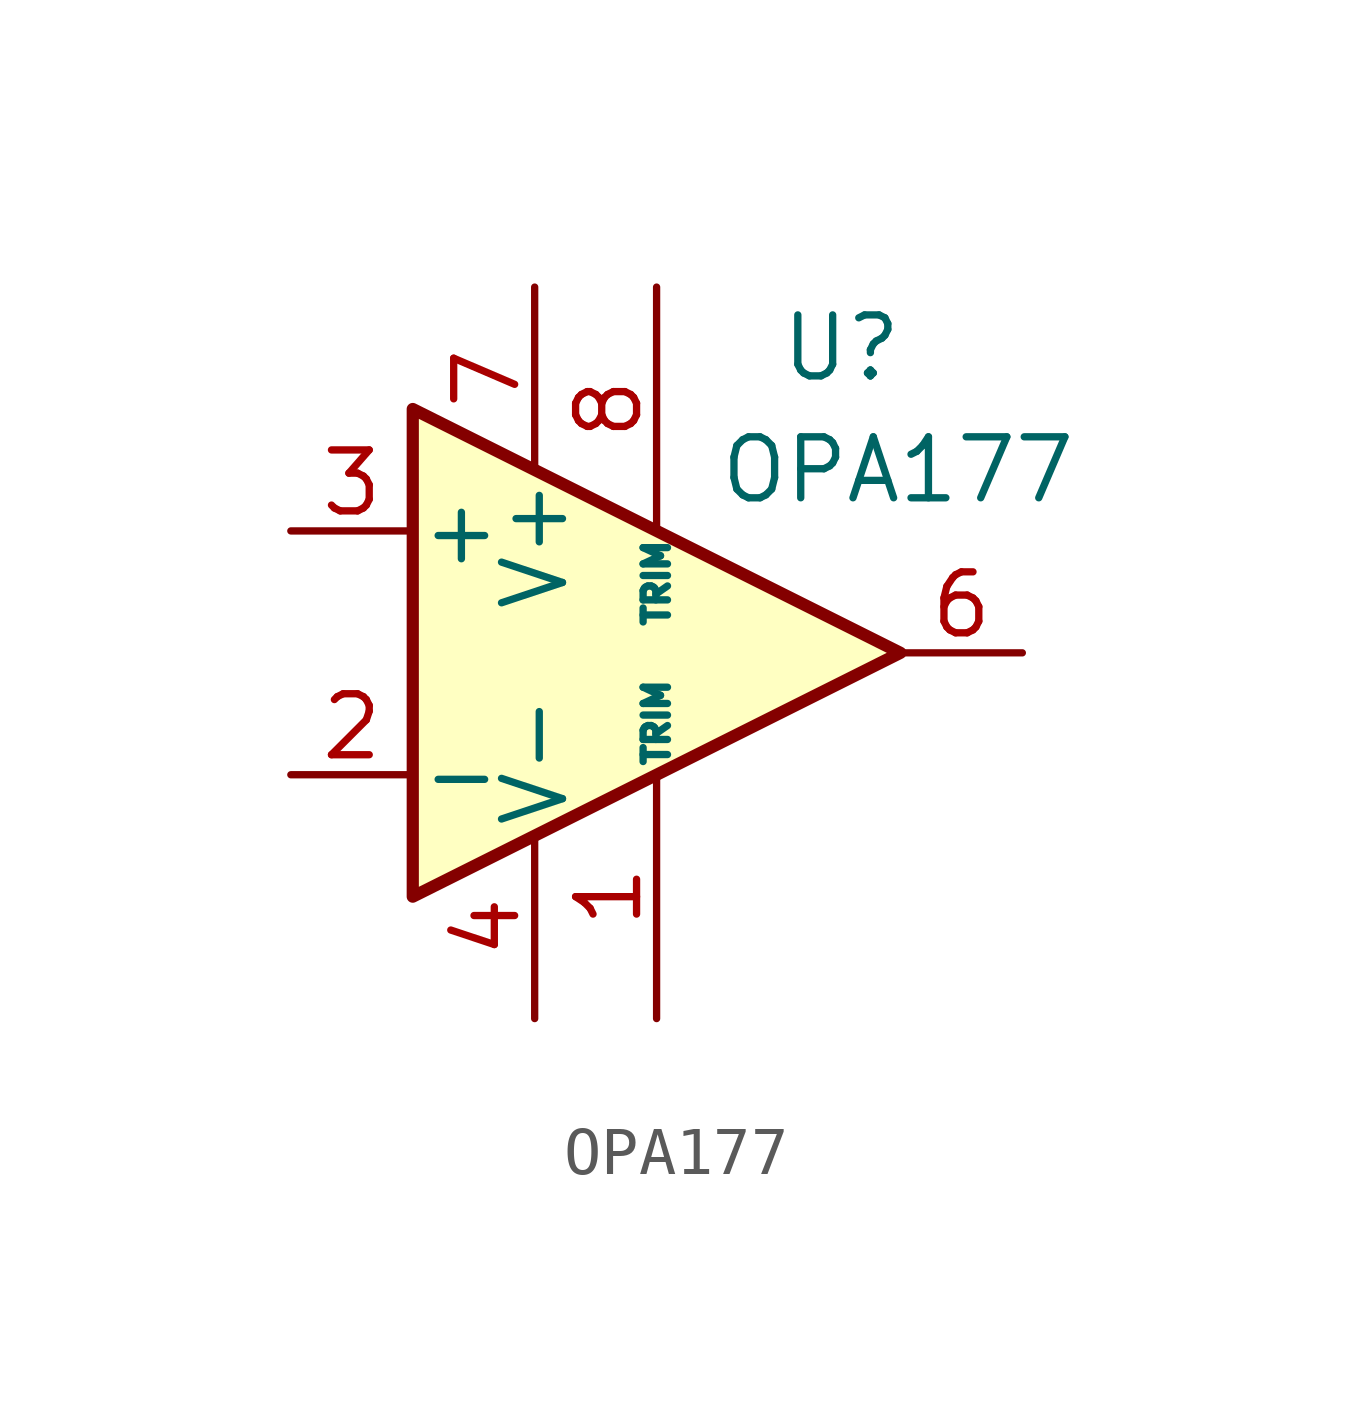
<source format=kicad_sym>
(kicad_symbol_lib
  (version 20220914)
  (generator kicad_symbol_editor)
  (symbol "OPA177"
    (pin_names
      (offset 0.127))
    (property "Reference" "U"
      (at 2.54 6.35 0)
      (effects (font (size 1.27 1.27)) (justify left)))
    (property "Value" "OPA177"
      (at 1.27 3.81 0)
      (effects (font (size 1.27 1.27)) (justify left)))
    (symbol "OPA177_0_1"
      (polyline (pts (xy -5.08 5.08) (xy 5.08 0) (xy -5.08 -5.08) (xy -5.08 5.08)) (stroke (width 0.254) (type default)) (fill (type background))))
    (symbol "OPA177_1_1"
      (pin input line (at 0 -7.62 90) (length 5.08) (name "TRIM" (effects (font (size 0.508 0.508)))) (number "1" (effects (font (size 1.27 1.27)))))
      (pin input line (at -7.62 -2.54 0) (length 2.54) (name "-" (effects (font (size 1.27 1.27)))) (number "2" (effects (font (size 1.27 1.27)))))
      (pin input line (at -7.62 2.54 0) (length 2.54) (name "+" (effects (font (size 1.27 1.27)))) (number "3" (effects (font (size 1.27 1.27)))))
      (pin power_in line (at -2.54 -7.62 90) (length 3.81) (name "V-" (effects (font (size 1.27 1.27)))) (number "4" (effects (font (size 1.27 1.27)))))
      (pin no_connect non_logic (at 2.54 -1.27 90) (length 0) hide (name "NC" (effects (font (size 0.508 0.508)))) (number "5" (effects (font (size 1.27 1.27)))))
      (pin output line (at 7.62 0 180) (length 2.54) (name "~" (effects (font (size 1.27 1.27)))) (number "6" (effects (font (size 1.27 1.27)))))
      (pin power_in line (at -2.54 7.62 270) (length 3.81) (name "V+" (effects (font (size 1.27 1.27)))) (number "7" (effects (font (size 1.27 1.27)))))
      (pin input line (at 0 7.62 270) (length 5.08) (name "TRIM" (effects (font (size 0.508 0.508)))) (number "8" (effects (font (size 1.27 1.27))))))))
</source>
